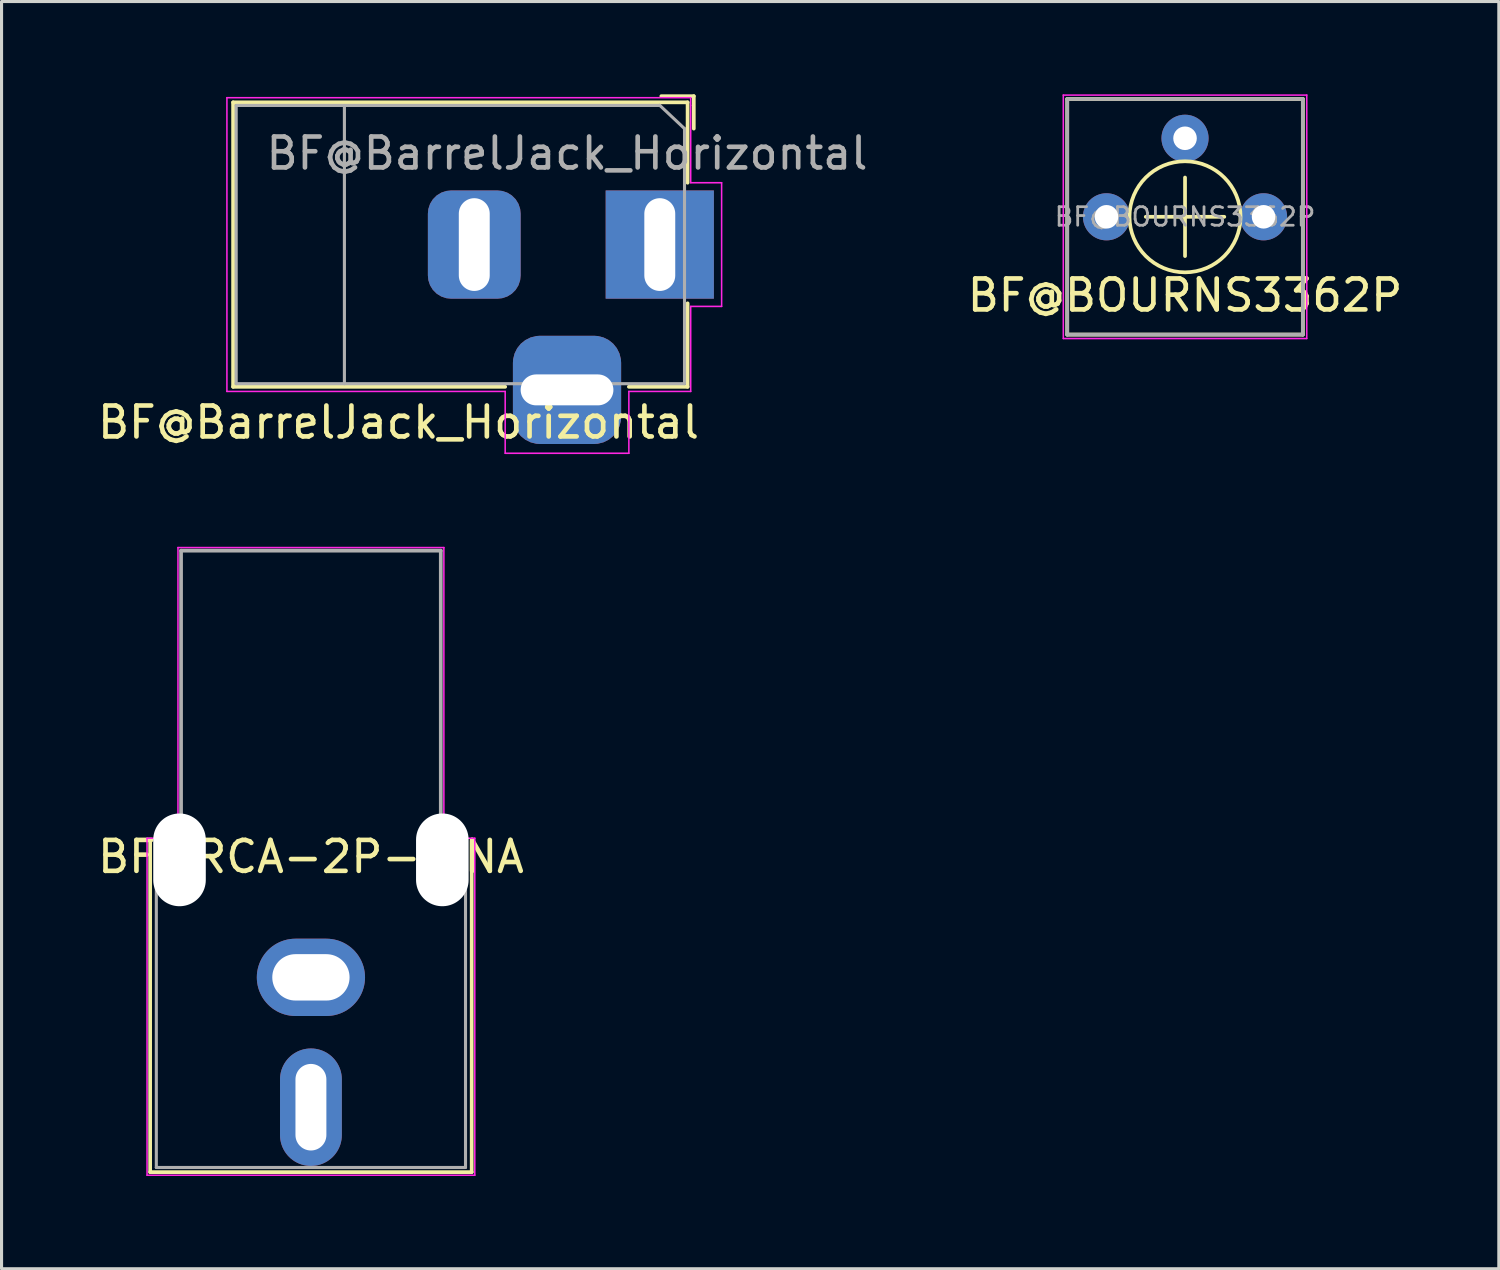
<source format=kicad_pcb>
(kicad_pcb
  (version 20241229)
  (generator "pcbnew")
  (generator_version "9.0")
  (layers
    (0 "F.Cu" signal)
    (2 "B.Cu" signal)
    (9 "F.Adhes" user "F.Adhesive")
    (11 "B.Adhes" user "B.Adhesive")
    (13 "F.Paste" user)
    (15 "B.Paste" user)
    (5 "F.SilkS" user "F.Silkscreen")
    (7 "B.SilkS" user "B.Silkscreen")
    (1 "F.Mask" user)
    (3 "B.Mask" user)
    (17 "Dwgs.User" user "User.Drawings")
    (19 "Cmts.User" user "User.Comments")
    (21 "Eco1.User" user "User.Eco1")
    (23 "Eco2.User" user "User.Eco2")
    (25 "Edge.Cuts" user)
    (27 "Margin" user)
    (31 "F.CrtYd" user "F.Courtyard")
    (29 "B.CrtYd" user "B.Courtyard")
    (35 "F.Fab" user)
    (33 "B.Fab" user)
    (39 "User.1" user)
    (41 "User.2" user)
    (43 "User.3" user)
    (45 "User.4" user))
  (footprint "BF@BOURNS3362P"
    (layer "F.Cu")
    (at 35.277 3.962)
    (property "Reference" "BF@BOURNS3362P" (at 0 2.54 0) (layer "F.SilkS") (effects (font (size 1 1) (thickness 0.15))))
    (attr through_hole)
    (fp_line (start -3.81 -3.81) (end -3.81 3.81) (stroke (width 0.12) (type solid)) (layer "F.SilkS"))
    (fp_line (start -3.81 -3.81) (end 3.81 -3.81) (stroke (width 0.12) (type solid)) (layer "F.SilkS"))
    (fp_line (start -1.27 0) (end 1.27 0) (stroke (width 0.12) (type solid)) (layer "F.SilkS"))
    (fp_line (start 0 -1.27) (end 0 1.27) (stroke (width 0.12) (type solid)) (layer "F.SilkS"))
    (fp_line (start 3.81 3.81) (end -3.81 3.81) (stroke (width 0.12) (type solid)) (layer "F.SilkS"))
    (fp_line (start 3.81 3.81) (end 3.81 -3.81) (stroke (width 0.12) (type solid)) (layer "F.SilkS"))
    (fp_circle (center 0 0) (end 1.27 -1.27) (stroke (width 0.12) (type solid)) (fill no) (layer "F.SilkS"))
    (fp_line (start -3.937 -3.937) (end 3.937 -3.937) (stroke (width 0.05) (type solid)) (layer "F.CrtYd"))
    (fp_line (start -3.937 3.937) (end -3.937 -3.937) (stroke (width 0.05) (type solid)) (layer "F.CrtYd"))
    (fp_line (start 3.937 -3.937) (end 3.937 3.937) (stroke (width 0.05) (type solid)) (layer "F.CrtYd"))
    (fp_line (start 3.937 3.937) (end -3.937 3.937) (stroke (width 0.05) (type solid)) (layer "F.CrtYd"))
    (fp_line (start -3.81 -3.81) (end 3.81 -3.81) (stroke (width 0.12) (type solid)) (layer "F.Fab"))
    (fp_line (start -3.81 3.81) (end -3.81 -3.81) (stroke (width 0.12) (type solid)) (layer "F.Fab"))
    (fp_line (start 3.81 -3.81) (end 3.81 3.81) (stroke (width 0.12) (type solid)) (layer "F.Fab"))
    (fp_line (start 3.81 3.81) (end -3.81 3.81) (stroke (width 0.12) (type solid)) (layer "F.Fab"))
    (fp_text user "${REFERENCE}" (at 0 0 0) (layer "F.Fab") (effects (font (size 0.6 0.6) (thickness 0.09))))
    (pad "1" thru_hole circle (at -2.54 0) (size 1.524 1.524) (drill 0.762) (layers "*.Cu" "*.Mask"))
    (pad "2" thru_hole circle (at 0 -2.54) (size 1.524 1.524) (drill 0.762) (layers "*.Cu" "*.Mask"))
    (pad "3" thru_hole circle (at 2.54 0) (size 1.524 1.524) (drill 0.762) (layers "*.Cu" "*.Mask")))
  (footprint "BF@BarrelJack_Horizontal"
    (layer "F.Cu")
    (at 18.289 4.86)
    (property "Reference" "BF@BarrelJack_Horizontal" (at -8.45 5.75 0) (layer "F.SilkS") (effects (font (size 1 1) (thickness 0.15))))
    (attr through_hole)
    (fp_line (start -13.8 -4.6) (end 0.9 -4.6) (stroke (width 0.12) (type solid)) (layer "F.SilkS"))
    (fp_line (start -13.8 4.6) (end -13.8 -4.6) (stroke (width 0.12) (type solid)) (layer "F.SilkS"))
    (fp_line (start -5 4.6) (end -13.8 4.6) (stroke (width 0.12) (type solid)) (layer "F.SilkS"))
    (fp_line (start 0.05 -4.8) (end 1.1 -4.8) (stroke (width 0.12) (type solid)) (layer "F.SilkS"))
    (fp_line (start 0.9 -4.6) (end 0.9 -2) (stroke (width 0.12) (type solid)) (layer "F.SilkS"))
    (fp_line (start 0.9 1.9) (end 0.9 4.6) (stroke (width 0.12) (type solid)) (layer "F.SilkS"))
    (fp_line (start 0.9 4.6) (end -1 4.6) (stroke (width 0.12) (type solid)) (layer "F.SilkS"))
    (fp_line (start 1.1 -3.75) (end 1.1 -4.8) (stroke (width 0.12) (type solid)) (layer "F.SilkS"))
    (fp_line (start -14 4.75) (end -14 -4.75) (stroke (width 0.05) (type solid)) (layer "F.CrtYd"))
    (fp_line (start -5 4.75) (end -14 4.75) (stroke (width 0.05) (type solid)) (layer "F.CrtYd"))
    (fp_line (start -5 6.75) (end -5 4.75) (stroke (width 0.05) (type solid)) (layer "F.CrtYd"))
    (fp_line (start -1 4.75) (end -1 6.75) (stroke (width 0.05) (type solid)) (layer "F.CrtYd"))
    (fp_line (start -1 6.75) (end -5 6.75) (stroke (width 0.05) (type solid)) (layer "F.CrtYd"))
    (fp_line (start 1 -4.75) (end -14 -4.75) (stroke (width 0.05) (type solid)) (layer "F.CrtYd"))
    (fp_line (start 1 -4.5) (end 1 -4.75) (stroke (width 0.05) (type solid)) (layer "F.CrtYd"))
    (fp_line (start 1 -4.5) (end 1 -2) (stroke (width 0.05) (type solid)) (layer "F.CrtYd"))
    (fp_line (start 1 -2) (end 2 -2) (stroke (width 0.05) (type solid)) (layer "F.CrtYd"))
    (fp_line (start 1 2) (end 1 4.75) (stroke (width 0.05) (type solid)) (layer "F.CrtYd"))
    (fp_line (start 1 4.75) (end -1 4.75) (stroke (width 0.05) (type solid)) (layer "F.CrtYd"))
    (fp_line (start 2 -2) (end 2 2) (stroke (width 0.05) (type solid)) (layer "F.CrtYd"))
    (fp_line (start 2 2) (end 1 2) (stroke (width 0.05) (type solid)) (layer "F.CrtYd"))
    (fp_line (start -13.7 -4.5) (end -13.7 4.5) (stroke (width 0.1) (type solid)) (layer "F.Fab"))
    (fp_line (start -13.7 4.5) (end 0.8 4.5) (stroke (width 0.1) (type solid)) (layer "F.Fab"))
    (fp_line (start -10.2 -4.5) (end -10.2 4.5) (stroke (width 0.1) (type solid)) (layer "F.Fab"))
    (fp_line (start -0.003 -4.505) (end 0.8 -3.75) (stroke (width 0.1) (type solid)) (layer "F.Fab"))
    (fp_line (start 0 -4.5) (end -13.7 -4.5) (stroke (width 0.1) (type solid)) (layer "F.Fab"))
    (fp_line (start 0.8 4.5) (end 0.8 -3.75) (stroke (width 0.1) (type solid)) (layer "F.Fab"))
    (fp_text user "${REFERENCE}" (at -3 -2.95 0) (layer "F.Fab") (effects (font (size 1 1) (thickness 0.15))))
    (pad "1" thru_hole rect (at 0 0) (size 3.5 3.5) (drill oval 1 3) (layers "*.Cu" "*.Mask"))
    (pad "2" thru_hole roundrect (at -6 0) (size 3 3.5) (drill oval 1 3) (layers "*.Cu" "*.Mask") (roundrect_rratio 0.25))
    (pad "3" thru_hole roundrect (at -3 4.7) (size 3.5 3.5) (drill oval 3 1) (layers "*.Cu" "*.Mask") (roundrect_rratio 0.25)))
  (footprint "BF@RCA-2P-XINA"
    (layer "F.Cu")
    (at 7.006 24.16)
    (property "Reference" "BF@RCA-2P-XINA" (at 0 0.5 0) (layer "F.SilkS") (effects (font (size 1 1) (thickness 0.15))))
    (attr through_hole)
    (fp_line (start -5.2 0) (end -5.2 10.7) (stroke (width 0.12) (type solid)) (layer "F.SilkS"))
    (fp_line (start -5.2 10.7) (end 5.2 10.7) (stroke (width 0.12) (type solid)) (layer "F.SilkS"))
    (fp_line (start 5.2 10.7) (end 5.2 0) (stroke (width 0.12) (type solid)) (layer "F.SilkS"))
    (fp_line (start -5.3 -0.1) (end -5.3 10.8) (stroke (width 0.05) (type solid)) (layer "F.CrtYd"))
    (fp_line (start -5.3 -0.1) (end -4.3 -0.1) (stroke (width 0.05) (type solid)) (layer "F.CrtYd"))
    (fp_line (start -5.3 10.8) (end 5.3 10.8) (stroke (width 0.05) (type solid)) (layer "F.CrtYd"))
    (fp_line (start -4.3 -9.5) (end 4.3 -9.5) (stroke (width 0.05) (type solid)) (layer "F.CrtYd"))
    (fp_line (start -4.3 -0.1) (end -4.3 -9.5) (stroke (width 0.05) (type solid)) (layer "F.CrtYd"))
    (fp_line (start 4.3 -9.5) (end 4.3 -0.1) (stroke (width 0.05) (type solid)) (layer "F.CrtYd"))
    (fp_line (start 4.3 -0.1) (end 5.3 -0.1) (stroke (width 0.05) (type solid)) (layer "F.CrtYd"))
    (fp_line (start 5.3 10.8) (end 5.3 -0.1) (stroke (width 0.05) (type solid)) (layer "F.CrtYd"))
    (fp_line (start -5 0) (end -4.2 0) (stroke (width 0.1) (type solid)) (layer "F.Fab"))
    (fp_line (start -5 10.55) (end -5 0) (stroke (width 0.1) (type solid)) (layer "F.Fab"))
    (fp_line (start -4.2 -9.4) (end 4.2 -9.4) (stroke (width 0.12) (type solid)) (layer "F.Fab"))
    (fp_line (start -4.2 0) (end -4.2 -9.4) (stroke (width 0.12) (type solid)) (layer "F.Fab"))
    (fp_line (start 4.2 -9.4) (end 4.2 0) (stroke (width 0.12) (type solid)) (layer "F.Fab"))
    (fp_line (start 4.2 0) (end 5 0) (stroke (width 0.1) (type solid)) (layer "F.Fab"))
    (fp_line (start 5 0) (end 5 10.55) (stroke (width 0.1) (type solid)) (layer "F.Fab"))
    (fp_line (start 5 10.55) (end -5 10.55) (stroke (width 0.1) (type solid)) (layer "F.Fab"))
    (pad "" np_thru_hole oval (at -4.25 0.6) (size 1.7 3) (drill oval 1.7 3) (layers "*.Cu" "*.Mask"))
    (pad "" np_thru_hole oval (at 4.25 0.6) (size 1.7 3) (drill oval 1.7 3) (layers "*.Cu" "*.Mask"))
    (pad "1" thru_hole oval (at 0 8.6) (size 2 3.8) (drill oval 1 2.8) (layers "*.Cu" "*.Mask"))
    (pad "2" thru_hole oval (at 0 4.4) (size 3.5 2.5) (drill oval 2.5 1.5) (layers "*.Cu" "*.Mask")))
  (gr_rect
    (start -3 -3)
    (end 45.426 37.985)
    (stroke (width 0.1) (type default))
    (fill no)
    (layer "Edge.Cuts")))
</source>
